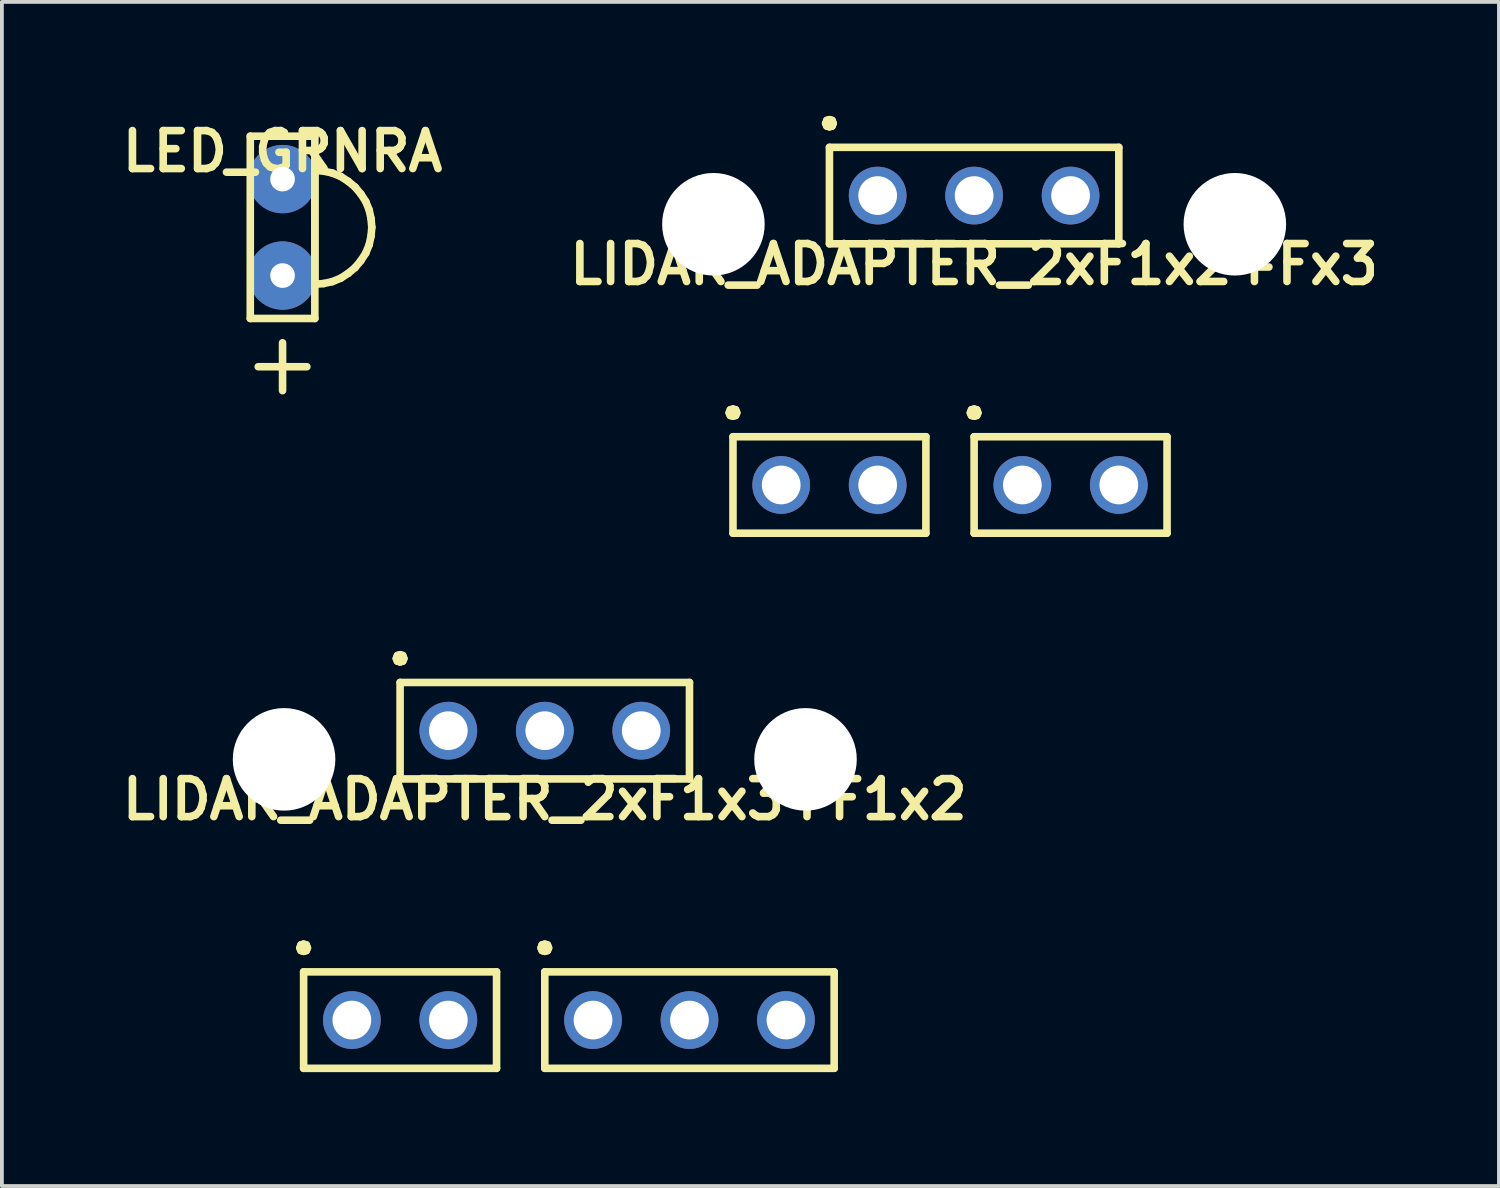
<source format=kicad_pcb>
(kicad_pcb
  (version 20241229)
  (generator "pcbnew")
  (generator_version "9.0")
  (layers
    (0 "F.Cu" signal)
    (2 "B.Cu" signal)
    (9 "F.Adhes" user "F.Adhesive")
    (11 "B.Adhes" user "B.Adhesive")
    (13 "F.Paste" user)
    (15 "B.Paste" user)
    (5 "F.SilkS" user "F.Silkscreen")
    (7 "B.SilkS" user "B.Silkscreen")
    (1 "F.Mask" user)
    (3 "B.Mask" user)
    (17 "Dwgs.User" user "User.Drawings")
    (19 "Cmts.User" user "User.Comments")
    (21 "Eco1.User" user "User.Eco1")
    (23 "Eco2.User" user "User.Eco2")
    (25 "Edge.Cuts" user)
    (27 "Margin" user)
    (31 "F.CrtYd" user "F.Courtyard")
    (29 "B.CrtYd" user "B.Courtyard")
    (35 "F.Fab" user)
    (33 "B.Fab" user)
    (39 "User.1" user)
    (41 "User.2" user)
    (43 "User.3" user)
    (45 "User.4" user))
  (footprint "LIDAR_ADAPTER_2xF1x3+F1x2"
    (layer "F.Cu")
    (at 11.295 20)
    (property "Reference" "LIDAR_ADAPTER_2xF1x3+F1x2" (at 0 -2 0) (layer "F.SilkS") (effects (font (size 1 1) (thickness 0.2))))
    (attr through_hole)
    (fp_line (start -6.45 1.91) (end -6.42 1.98) (stroke (width 0.2) (type solid)) (layer "F.SilkS"))
    (fp_line (start -6.42 1.83) (end -6.45 1.91) (stroke (width 0.2) (type solid)) (layer "F.SilkS"))
    (fp_line (start -6.42 1.98) (end -6.35 2) (stroke (width 0.2) (type solid)) (layer "F.SilkS"))
    (fp_line (start -6.35 1.81) (end -6.42 1.83) (stroke (width 0.2) (type solid)) (layer "F.SilkS"))
    (fp_line (start -6.35 2) (end -6.28 1.98) (stroke (width 0.2) (type solid)) (layer "F.SilkS"))
    (fp_line (start -6.35 2.54) (end -6.35 5.08) (stroke (width 0.2) (type solid)) (layer "F.SilkS"))
    (fp_line (start -6.35 5.08) (end -1.27 5.08) (stroke (width 0.2) (type solid)) (layer "F.SilkS"))
    (fp_line (start -6.28 1.83) (end -6.35 1.81) (stroke (width 0.2) (type solid)) (layer "F.SilkS"))
    (fp_line (start -6.28 1.98) (end -6.25 1.91) (stroke (width 0.2) (type solid)) (layer "F.SilkS"))
    (fp_line (start -6.25 1.91) (end -6.28 1.83) (stroke (width 0.2) (type solid)) (layer "F.SilkS"))
    (fp_line (start -3.91 -5.71) (end -3.88 -5.64) (stroke (width 0.2) (type solid)) (layer "F.SilkS"))
    (fp_line (start -3.88 -5.79) (end -3.91 -5.71) (stroke (width 0.2) (type solid)) (layer "F.SilkS"))
    (fp_line (start -3.88 -5.64) (end -3.81 -5.62) (stroke (width 0.2) (type solid)) (layer "F.SilkS"))
    (fp_line (start -3.81 -5.81) (end -3.88 -5.79) (stroke (width 0.2) (type solid)) (layer "F.SilkS"))
    (fp_line (start -3.81 -5.62) (end -3.74 -5.64) (stroke (width 0.2) (type solid)) (layer "F.SilkS"))
    (fp_line (start -3.81 -5.08) (end -3.81 -2.54) (stroke (width 0.2) (type solid)) (layer "F.SilkS"))
    (fp_line (start -3.81 -2.54) (end 3.81 -2.54) (stroke (width 0.2) (type solid)) (layer "F.SilkS"))
    (fp_line (start -3.74 -5.79) (end -3.81 -5.81) (stroke (width 0.2) (type solid)) (layer "F.SilkS"))
    (fp_line (start -3.74 -5.64) (end -3.71 -5.71) (stroke (width 0.2) (type solid)) (layer "F.SilkS"))
    (fp_line (start -3.71 -5.71) (end -3.74 -5.79) (stroke (width 0.2) (type solid)) (layer "F.SilkS"))
    (fp_line (start -1.27 2.54) (end -6.35 2.54) (stroke (width 0.2) (type solid)) (layer "F.SilkS"))
    (fp_line (start -1.27 5.08) (end -1.27 2.54) (stroke (width 0.2) (type solid)) (layer "F.SilkS"))
    (fp_line (start -0.1 1.91) (end -0.07 1.98) (stroke (width 0.2) (type solid)) (layer "F.SilkS"))
    (fp_line (start -0.07 1.83) (end -0.1 1.91) (stroke (width 0.2) (type solid)) (layer "F.SilkS"))
    (fp_line (start -0.07 1.98) (end 0 2) (stroke (width 0.2) (type solid)) (layer "F.SilkS"))
    (fp_line (start 0 1.81) (end -0.07 1.83) (stroke (width 0.2) (type solid)) (layer "F.SilkS"))
    (fp_line (start 0 2) (end 0.07 1.98) (stroke (width 0.2) (type solid)) (layer "F.SilkS"))
    (fp_line (start 0 2.54) (end 0 5.08) (stroke (width 0.2) (type solid)) (layer "F.SilkS"))
    (fp_line (start 0 5.08) (end 7.62 5.08) (stroke (width 0.2) (type solid)) (layer "F.SilkS"))
    (fp_line (start 0.07 1.83) (end 0 1.81) (stroke (width 0.2) (type solid)) (layer "F.SilkS"))
    (fp_line (start 0.07 1.98) (end 0.1 1.91) (stroke (width 0.2) (type solid)) (layer "F.SilkS"))
    (fp_line (start 0.1 1.91) (end 0.07 1.83) (stroke (width 0.2) (type solid)) (layer "F.SilkS"))
    (fp_line (start 3.81 -5.08) (end -3.81 -5.08) (stroke (width 0.2) (type solid)) (layer "F.SilkS"))
    (fp_line (start 3.81 -2.54) (end 3.81 -5.08) (stroke (width 0.2) (type solid)) (layer "F.SilkS"))
    (fp_line (start 7.62 2.54) (end 0 2.54) (stroke (width 0.2) (type solid)) (layer "F.SilkS"))
    (fp_line (start 7.62 5.08) (end 7.62 2.54) (stroke (width 0.2) (type solid)) (layer "F.SilkS"))
    (pad "" np_thru_hole circle (at -6.865 -3.055) (size 2.7 2.7) (drill 2.7) (layers "*.Cu" "*.Mask"))
    (pad "" np_thru_hole circle (at 6.865 -3.055) (size 2.7 2.7) (drill 2.7) (layers "*.Cu" "*.Mask"))
    (pad "1" thru_hole circle (at -5.08 3.81) (size 1.52 1.52) (drill 1.02) (layers "*.Cu" "*.Mask"))
    (pad "2" thru_hole circle (at -2.54 3.81) (size 1.52 1.52) (drill 1.02) (layers "*.Cu" "*.Mask"))
    (pad "3" thru_hole circle (at 1.27 3.81) (size 1.52 1.52) (drill 1.02) (layers "*.Cu" "*.Mask"))
    (pad "4" thru_hole circle (at 3.81 3.81) (size 1.52 1.52) (drill 1.02) (layers "*.Cu" "*.Mask"))
    (pad "5" thru_hole circle (at 6.35 3.81) (size 1.52 1.52) (drill 1.02) (layers "*.Cu" "*.Mask"))
    (pad "6" thru_hole circle (at -2.54 -3.81) (size 1.52 1.52) (drill 1.02) (layers "*.Cu" "*.Mask"))
    (pad "7" thru_hole circle (at 0 -3.81) (size 1.52 1.52) (drill 1.02) (layers "*.Cu" "*.Mask"))
    (pad "8" thru_hole circle (at 2.54 -3.81) (size 1.52 1.52) (drill 1.02) (layers "*.Cu" "*.Mask")))
  (footprint "LIDAR_ADAPTER_2xF1x2+Fx3"
    (layer "F.Cu")
    (at 22.6 5.91)
    (property "Reference" "LIDAR_ADAPTER_2xF1x2+Fx3" (at 0 -2 0) (layer "F.SilkS") (effects (font (size 1 1) (thickness 0.2))))
    (attr through_hole)
    (fp_line (start -6.45 1.91) (end -6.42 1.98) (stroke (width 0.2) (type solid)) (layer "F.SilkS"))
    (fp_line (start -6.42 1.83) (end -6.45 1.91) (stroke (width 0.2) (type solid)) (layer "F.SilkS"))
    (fp_line (start -6.42 1.98) (end -6.35 2) (stroke (width 0.2) (type solid)) (layer "F.SilkS"))
    (fp_line (start -6.35 1.81) (end -6.42 1.83) (stroke (width 0.2) (type solid)) (layer "F.SilkS"))
    (fp_line (start -6.35 2) (end -6.28 1.98) (stroke (width 0.2) (type solid)) (layer "F.SilkS"))
    (fp_line (start -6.35 2.54) (end -6.35 5.08) (stroke (width 0.2) (type solid)) (layer "F.SilkS"))
    (fp_line (start -6.35 5.08) (end -1.27 5.08) (stroke (width 0.2) (type solid)) (layer "F.SilkS"))
    (fp_line (start -6.28 1.83) (end -6.35 1.81) (stroke (width 0.2) (type solid)) (layer "F.SilkS"))
    (fp_line (start -6.28 1.98) (end -6.25 1.91) (stroke (width 0.2) (type solid)) (layer "F.SilkS"))
    (fp_line (start -6.25 1.91) (end -6.28 1.83) (stroke (width 0.2) (type solid)) (layer "F.SilkS"))
    (fp_line (start -3.91 -5.71) (end -3.88 -5.64) (stroke (width 0.2) (type solid)) (layer "F.SilkS"))
    (fp_line (start -3.88 -5.79) (end -3.91 -5.71) (stroke (width 0.2) (type solid)) (layer "F.SilkS"))
    (fp_line (start -3.88 -5.64) (end -3.81 -5.62) (stroke (width 0.2) (type solid)) (layer "F.SilkS"))
    (fp_line (start -3.81 -5.81) (end -3.88 -5.79) (stroke (width 0.2) (type solid)) (layer "F.SilkS"))
    (fp_line (start -3.81 -5.62) (end -3.74 -5.64) (stroke (width 0.2) (type solid)) (layer "F.SilkS"))
    (fp_line (start -3.81 -5.08) (end -3.81 -2.54) (stroke (width 0.2) (type solid)) (layer "F.SilkS"))
    (fp_line (start -3.81 -2.54) (end 3.81 -2.54) (stroke (width 0.2) (type solid)) (layer "F.SilkS"))
    (fp_line (start -3.74 -5.79) (end -3.81 -5.81) (stroke (width 0.2) (type solid)) (layer "F.SilkS"))
    (fp_line (start -3.74 -5.64) (end -3.71 -5.71) (stroke (width 0.2) (type solid)) (layer "F.SilkS"))
    (fp_line (start -3.71 -5.71) (end -3.74 -5.79) (stroke (width 0.2) (type solid)) (layer "F.SilkS"))
    (fp_line (start -1.27 2.54) (end -6.35 2.54) (stroke (width 0.2) (type solid)) (layer "F.SilkS"))
    (fp_line (start -1.27 5.08) (end -1.27 2.54) (stroke (width 0.2) (type solid)) (layer "F.SilkS"))
    (fp_line (start -0.1 1.91) (end -0.07 1.98) (stroke (width 0.2) (type solid)) (layer "F.SilkS"))
    (fp_line (start -0.07 1.83) (end -0.1 1.91) (stroke (width 0.2) (type solid)) (layer "F.SilkS"))
    (fp_line (start -0.07 1.98) (end 0 2) (stroke (width 0.2) (type solid)) (layer "F.SilkS"))
    (fp_line (start 0 1.81) (end -0.07 1.83) (stroke (width 0.2) (type solid)) (layer "F.SilkS"))
    (fp_line (start 0 2) (end 0.07 1.98) (stroke (width 0.2) (type solid)) (layer "F.SilkS"))
    (fp_line (start 0 2.54) (end 0 5.08) (stroke (width 0.2) (type solid)) (layer "F.SilkS"))
    (fp_line (start 0 5.08) (end 5.08 5.08) (stroke (width 0.2) (type solid)) (layer "F.SilkS"))
    (fp_line (start 0.07 1.83) (end 0 1.81) (stroke (width 0.2) (type solid)) (layer "F.SilkS"))
    (fp_line (start 0.07 1.98) (end 0.1 1.91) (stroke (width 0.2) (type solid)) (layer "F.SilkS"))
    (fp_line (start 0.1 1.91) (end 0.07 1.83) (stroke (width 0.2) (type solid)) (layer "F.SilkS"))
    (fp_line (start 3.81 -5.08) (end -3.81 -5.08) (stroke (width 0.2) (type solid)) (layer "F.SilkS"))
    (fp_line (start 3.81 -2.54) (end 3.81 -5.08) (stroke (width 0.2) (type solid)) (layer "F.SilkS"))
    (fp_line (start 5.08 2.54) (end 0 2.54) (stroke (width 0.2) (type solid)) (layer "F.SilkS"))
    (fp_line (start 5.08 5.08) (end 5.08 2.54) (stroke (width 0.2) (type solid)) (layer "F.SilkS"))
    (pad "" np_thru_hole circle (at -6.865 -3.055) (size 2.7 2.7) (drill 2.7) (layers "*.Cu" "*.Mask"))
    (pad "" np_thru_hole circle (at 6.865 -3.055) (size 2.7 2.7) (drill 2.7) (layers "*.Cu" "*.Mask"))
    (pad "1" thru_hole circle (at -5.08 3.81) (size 1.52 1.52) (drill 1.02) (layers "*.Cu" "*.Mask"))
    (pad "2" thru_hole circle (at -2.54 3.81) (size 1.52 1.52) (drill 1.02) (layers "*.Cu" "*.Mask"))
    (pad "3" thru_hole circle (at 1.27 3.81) (size 1.52 1.52) (drill 1.02) (layers "*.Cu" "*.Mask"))
    (pad "4" thru_hole circle (at 3.81 3.81) (size 1.52 1.52) (drill 1.02) (layers "*.Cu" "*.Mask"))
    (pad "5" thru_hole circle (at -2.54 -3.81) (size 1.52 1.52) (drill 1.02) (layers "*.Cu" "*.Mask"))
    (pad "6" thru_hole circle (at 0 -3.81) (size 1.52 1.52) (drill 1.02) (layers "*.Cu" "*.Mask"))
    (pad "7" thru_hole circle (at 2.54 -3.81) (size 1.52 1.52) (drill 1.02) (layers "*.Cu" "*.Mask")))
  (footprint "LED_GRNRA"
    (layer "F.Cu")
    (at 4.39 2.936)
    (property "Reference" "LED_GRNRA" (at 0 -2 0) (layer "F.SilkS") (effects (font (size 1 1) (thickness 0.2))))
    (attr through_hole)
    (fp_line (start -0.85 -2.4) (end 0.85 -2.4) (stroke (width 0.2) (type solid)) (layer "F.SilkS"))
    (fp_line (start -0.85 2.4) (end -0.85 -2.4) (stroke (width 0.2) (type solid)) (layer "F.SilkS"))
    (fp_line (start -0.64 3.67) (end 0.64 3.67) (stroke (width 0.2) (type solid)) (layer "F.SilkS"))
    (fp_line (start 0 4.3) (end 0 3.04) (stroke (width 0.2) (type solid)) (layer "F.SilkS"))
    (fp_line (start 0.85 -2.4) (end 0.85 2.4) (stroke (width 0.2) (type solid)) (layer "F.SilkS"))
    (fp_line (start 0.85 -1.5) (end 0.85 1.5) (stroke (width 0.2) (type solid)) (layer "F.SilkS"))
    (fp_line (start 0.85 1.5) (end 1.08 1.48) (stroke (width 0.2) (type solid)) (layer "F.SilkS"))
    (fp_line (start 0.85 2.4) (end -0.85 2.4) (stroke (width 0.2) (type solid)) (layer "F.SilkS"))
    (fp_line (start 1.08 -1.48) (end 0.85 -1.5) (stroke (width 0.2) (type solid)) (layer "F.SilkS"))
    (fp_line (start 1.08 1.48) (end 1.31 1.43) (stroke (width 0.2) (type solid)) (layer "F.SilkS"))
    (fp_line (start 1.31 -1.43) (end 1.08 -1.48) (stroke (width 0.2) (type solid)) (layer "F.SilkS"))
    (fp_line (start 1.31 1.43) (end 1.53 1.34) (stroke (width 0.2) (type solid)) (layer "F.SilkS"))
    (fp_line (start 1.53 -1.34) (end 1.31 -1.43) (stroke (width 0.2) (type solid)) (layer "F.SilkS"))
    (fp_line (start 1.53 1.34) (end 1.73 1.21) (stroke (width 0.2) (type solid)) (layer "F.SilkS"))
    (fp_line (start 1.73 -1.21) (end 1.53 -1.34) (stroke (width 0.2) (type solid)) (layer "F.SilkS"))
    (fp_line (start 1.73 1.21) (end 1.91 1.06) (stroke (width 0.2) (type solid)) (layer "F.SilkS"))
    (fp_line (start 1.91 -1.06) (end 1.73 -1.21) (stroke (width 0.2) (type solid)) (layer "F.SilkS"))
    (fp_line (start 1.91 1.06) (end 2.06 0.88) (stroke (width 0.2) (type solid)) (layer "F.SilkS"))
    (fp_line (start 2.06 -0.88) (end 1.91 -1.06) (stroke (width 0.2) (type solid)) (layer "F.SilkS"))
    (fp_line (start 2.06 0.88) (end 2.19 0.68) (stroke (width 0.2) (type solid)) (layer "F.SilkS"))
    (fp_line (start 2.19 -0.68) (end 2.06 -0.88) (stroke (width 0.2) (type solid)) (layer "F.SilkS"))
    (fp_line (start 2.19 0.68) (end 2.28 0.46) (stroke (width 0.2) (type solid)) (layer "F.SilkS"))
    (fp_line (start 2.28 -0.46) (end 2.19 -0.68) (stroke (width 0.2) (type solid)) (layer "F.SilkS"))
    (fp_line (start 2.28 0.46) (end 2.33 0.23) (stroke (width 0.2) (type solid)) (layer "F.SilkS"))
    (fp_line (start 2.33 -0.23) (end 2.28 -0.46) (stroke (width 0.2) (type solid)) (layer "F.SilkS"))
    (fp_line (start 2.33 0.23) (end 2.35 0) (stroke (width 0.2) (type solid)) (layer "F.SilkS"))
    (fp_line (start 2.35 0) (end 2.33 -0.23) (stroke (width 0.2) (type solid)) (layer "F.SilkS"))
    (pad "+" thru_hole circle (at 0 1.27) (size 1.8 1.8) (drill 0.65) (layers "*.Cu" "*.Mask"))
    (pad "-" thru_hole circle (at 0 -1.27) (size 1.8 1.8) (drill 0.65) (layers "*.Cu" "*.Mask")))
  (gr_rect
    (start -3 -3)
    (end 36.419 28.18)
    (stroke (width 0.1) (type default))
    (fill no)
    (layer "Edge.Cuts")))
</source>
